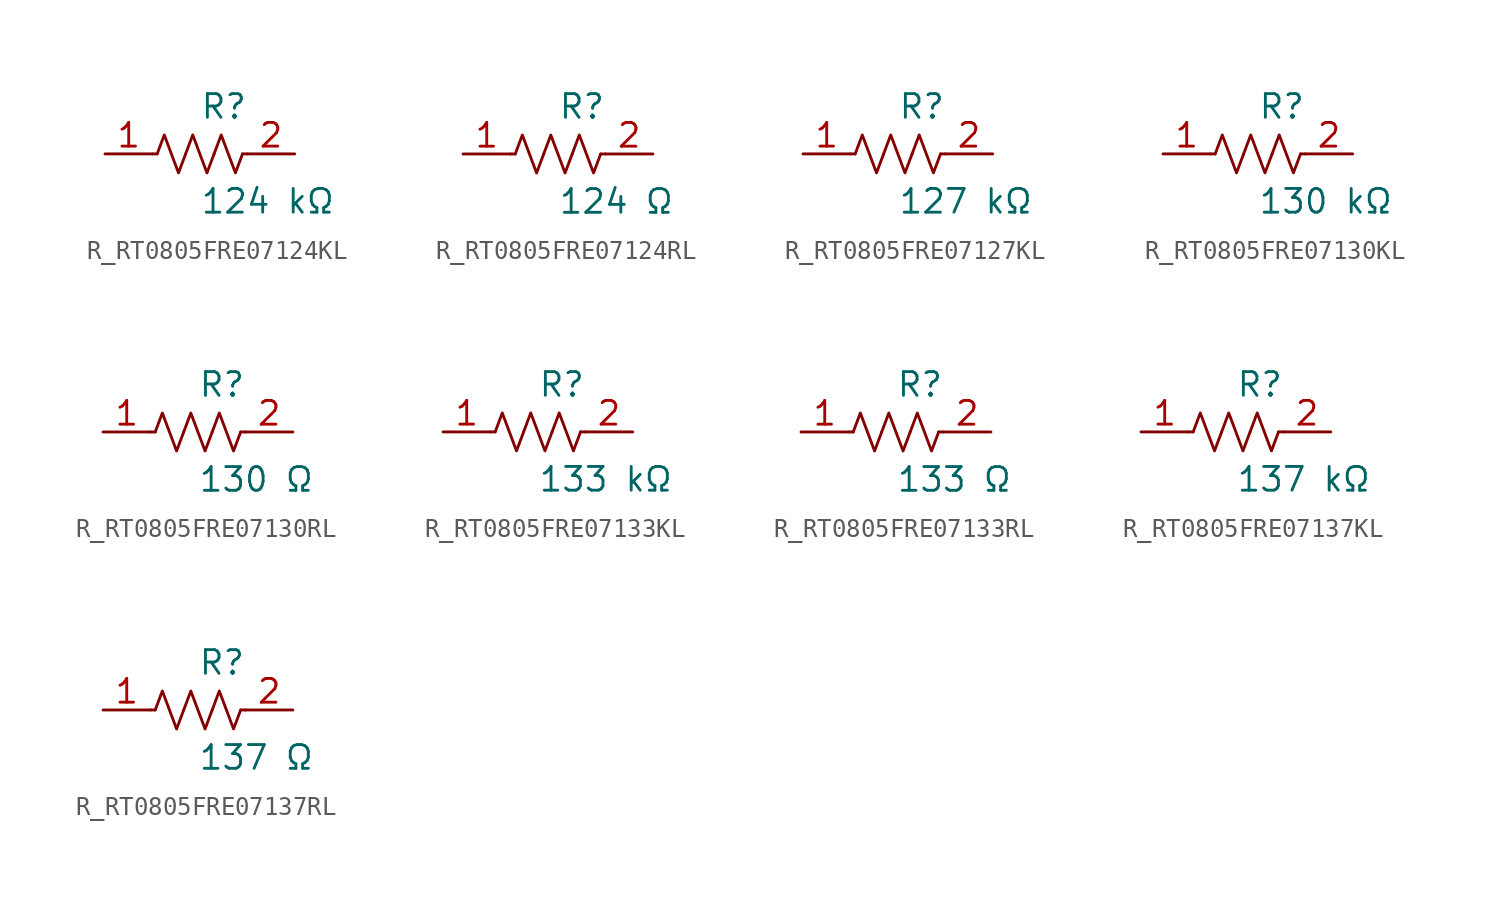
<source format=kicad_sym>
(kicad_symbol_lib
  (version 20231120)
  (generator kicad_symbol_editor)
  (generator_version 8.0)
  (symbol "R_RT0805FRE07124KL"
    (pin_names
      (offset 0.254))
    (property "Reference" "R"
      (at 0 2.54 0)
      (effects (font (size 1.27 1.27)) (justify left)))
    (property "Value" "124 kΩ"
      (at 0 -2.54 0)
      (effects (font (size 1.27 1.27)) (justify left)))
    (symbol "R_RT0805FRE07124KL_0_1"
      (polyline (pts (xy 2.286 0) (xy 2.54 0)) (stroke (width 0) (type default)) (fill (type none)))
      (polyline (pts (xy -2.286 0) (xy -2.54 0)) (stroke (width 0) (type default)) (fill (type none)))
      (polyline (pts (xy 0.762 0) (xy 1.143 1.016) (xy 1.524 0) (xy 1.905 -1.016) (xy 2.286 0)) (stroke (width 0) (type default)) (fill (type none)))
      (polyline (pts (xy -0.762 0) (xy -0.381 1.016) (xy 0 0) (xy 0.381 -1.016) (xy 0.762 0)) (stroke (width 0) (type default)) (fill (type none)))
      (polyline (pts (xy -2.286 0) (xy -1.905 1.016) (xy -1.524 0) (xy -1.143 -1.016) (xy -0.762 0)) (stroke (width 0) (type default)) (fill (type none))))
    (pin passive line
      (at -5.08 0 0)
      (length 2.54)
      (name "" (effects (font (size 1.27 1.27))))
      (number "1" (effects (font (size 1.27 1.27)))))
    (pin passive line
      (at 5.08 0 180)
      (length 2.54)
      (name "" (effects (font (size 1.27 1.27))))
      (number "2" (effects (font (size 1.27 1.27))))))
  (symbol "R_RT0805FRE07124RL"
    (pin_names
      (offset 0.254))
    (property "Reference" "R"
      (at 0 2.54 0)
      (effects (font (size 1.27 1.27)) (justify left)))
    (property "Value" "124 Ω"
      (at 0 -2.54 0)
      (effects (font (size 1.27 1.27)) (justify left)))
    (symbol "R_RT0805FRE07124RL_0_1"
      (polyline (pts (xy 2.286 0) (xy 2.54 0)) (stroke (width 0) (type default)) (fill (type none)))
      (polyline (pts (xy -2.286 0) (xy -2.54 0)) (stroke (width 0) (type default)) (fill (type none)))
      (polyline (pts (xy 0.762 0) (xy 1.143 1.016) (xy 1.524 0) (xy 1.905 -1.016) (xy 2.286 0)) (stroke (width 0) (type default)) (fill (type none)))
      (polyline (pts (xy -0.762 0) (xy -0.381 1.016) (xy 0 0) (xy 0.381 -1.016) (xy 0.762 0)) (stroke (width 0) (type default)) (fill (type none)))
      (polyline (pts (xy -2.286 0) (xy -1.905 1.016) (xy -1.524 0) (xy -1.143 -1.016) (xy -0.762 0)) (stroke (width 0) (type default)) (fill (type none))))
    (pin passive line
      (at -5.08 0 0)
      (length 2.54)
      (name "" (effects (font (size 1.27 1.27))))
      (number "1" (effects (font (size 1.27 1.27)))))
    (pin passive line
      (at 5.08 0 180)
      (length 2.54)
      (name "" (effects (font (size 1.27 1.27))))
      (number "2" (effects (font (size 1.27 1.27))))))
  (symbol "R_RT0805FRE07127KL"
    (pin_names
      (offset 0.254))
    (property "Reference" "R"
      (at 0 2.54 0)
      (effects (font (size 1.27 1.27)) (justify left)))
    (property "Value" "127 kΩ"
      (at 0 -2.54 0)
      (effects (font (size 1.27 1.27)) (justify left)))
    (symbol "R_RT0805FRE07127KL_0_1"
      (polyline (pts (xy 2.286 0) (xy 2.54 0)) (stroke (width 0) (type default)) (fill (type none)))
      (polyline (pts (xy -2.286 0) (xy -2.54 0)) (stroke (width 0) (type default)) (fill (type none)))
      (polyline (pts (xy 0.762 0) (xy 1.143 1.016) (xy 1.524 0) (xy 1.905 -1.016) (xy 2.286 0)) (stroke (width 0) (type default)) (fill (type none)))
      (polyline (pts (xy -0.762 0) (xy -0.381 1.016) (xy 0 0) (xy 0.381 -1.016) (xy 0.762 0)) (stroke (width 0) (type default)) (fill (type none)))
      (polyline (pts (xy -2.286 0) (xy -1.905 1.016) (xy -1.524 0) (xy -1.143 -1.016) (xy -0.762 0)) (stroke (width 0) (type default)) (fill (type none))))
    (pin passive line
      (at -5.08 0 0)
      (length 2.54)
      (name "" (effects (font (size 1.27 1.27))))
      (number "1" (effects (font (size 1.27 1.27)))))
    (pin passive line
      (at 5.08 0 180)
      (length 2.54)
      (name "" (effects (font (size 1.27 1.27))))
      (number "2" (effects (font (size 1.27 1.27))))))
  (symbol "R_RT0805FRE07130KL"
    (pin_names
      (offset 0.254))
    (property "Reference" "R"
      (at 0 2.54 0)
      (effects (font (size 1.27 1.27)) (justify left)))
    (property "Value" "130 kΩ"
      (at 0 -2.54 0)
      (effects (font (size 1.27 1.27)) (justify left)))
    (symbol "R_RT0805FRE07130KL_0_1"
      (polyline (pts (xy 2.286 0) (xy 2.54 0)) (stroke (width 0) (type default)) (fill (type none)))
      (polyline (pts (xy -2.286 0) (xy -2.54 0)) (stroke (width 0) (type default)) (fill (type none)))
      (polyline (pts (xy 0.762 0) (xy 1.143 1.016) (xy 1.524 0) (xy 1.905 -1.016) (xy 2.286 0)) (stroke (width 0) (type default)) (fill (type none)))
      (polyline (pts (xy -0.762 0) (xy -0.381 1.016) (xy 0 0) (xy 0.381 -1.016) (xy 0.762 0)) (stroke (width 0) (type default)) (fill (type none)))
      (polyline (pts (xy -2.286 0) (xy -1.905 1.016) (xy -1.524 0) (xy -1.143 -1.016) (xy -0.762 0)) (stroke (width 0) (type default)) (fill (type none))))
    (pin passive line
      (at -5.08 0 0)
      (length 2.54)
      (name "" (effects (font (size 1.27 1.27))))
      (number "1" (effects (font (size 1.27 1.27)))))
    (pin passive line
      (at 5.08 0 180)
      (length 2.54)
      (name "" (effects (font (size 1.27 1.27))))
      (number "2" (effects (font (size 1.27 1.27))))))
  (symbol "R_RT0805FRE07130RL"
    (pin_names
      (offset 0.254))
    (property "Reference" "R"
      (at 0 2.54 0)
      (effects (font (size 1.27 1.27)) (justify left)))
    (property "Value" "130 Ω"
      (at 0 -2.54 0)
      (effects (font (size 1.27 1.27)) (justify left)))
    (symbol "R_RT0805FRE07130RL_0_1"
      (polyline (pts (xy 2.286 0) (xy 2.54 0)) (stroke (width 0) (type default)) (fill (type none)))
      (polyline (pts (xy -2.286 0) (xy -2.54 0)) (stroke (width 0) (type default)) (fill (type none)))
      (polyline (pts (xy 0.762 0) (xy 1.143 1.016) (xy 1.524 0) (xy 1.905 -1.016) (xy 2.286 0)) (stroke (width 0) (type default)) (fill (type none)))
      (polyline (pts (xy -0.762 0) (xy -0.381 1.016) (xy 0 0) (xy 0.381 -1.016) (xy 0.762 0)) (stroke (width 0) (type default)) (fill (type none)))
      (polyline (pts (xy -2.286 0) (xy -1.905 1.016) (xy -1.524 0) (xy -1.143 -1.016) (xy -0.762 0)) (stroke (width 0) (type default)) (fill (type none))))
    (pin passive line
      (at -5.08 0 0)
      (length 2.54)
      (name "" (effects (font (size 1.27 1.27))))
      (number "1" (effects (font (size 1.27 1.27)))))
    (pin passive line
      (at 5.08 0 180)
      (length 2.54)
      (name "" (effects (font (size 1.27 1.27))))
      (number "2" (effects (font (size 1.27 1.27))))))
  (symbol "R_RT0805FRE07133KL"
    (pin_names
      (offset 0.254))
    (property "Reference" "R"
      (at 0 2.54 0)
      (effects (font (size 1.27 1.27)) (justify left)))
    (property "Value" "133 kΩ"
      (at 0 -2.54 0)
      (effects (font (size 1.27 1.27)) (justify left)))
    (symbol "R_RT0805FRE07133KL_0_1"
      (polyline (pts (xy 2.286 0) (xy 2.54 0)) (stroke (width 0) (type default)) (fill (type none)))
      (polyline (pts (xy -2.286 0) (xy -2.54 0)) (stroke (width 0) (type default)) (fill (type none)))
      (polyline (pts (xy 0.762 0) (xy 1.143 1.016) (xy 1.524 0) (xy 1.905 -1.016) (xy 2.286 0)) (stroke (width 0) (type default)) (fill (type none)))
      (polyline (pts (xy -0.762 0) (xy -0.381 1.016) (xy 0 0) (xy 0.381 -1.016) (xy 0.762 0)) (stroke (width 0) (type default)) (fill (type none)))
      (polyline (pts (xy -2.286 0) (xy -1.905 1.016) (xy -1.524 0) (xy -1.143 -1.016) (xy -0.762 0)) (stroke (width 0) (type default)) (fill (type none))))
    (pin passive line
      (at -5.08 0 0)
      (length 2.54)
      (name "" (effects (font (size 1.27 1.27))))
      (number "1" (effects (font (size 1.27 1.27)))))
    (pin passive line
      (at 5.08 0 180)
      (length 2.54)
      (name "" (effects (font (size 1.27 1.27))))
      (number "2" (effects (font (size 1.27 1.27))))))
  (symbol "R_RT0805FRE07133RL"
    (pin_names
      (offset 0.254))
    (property "Reference" "R"
      (at 0 2.54 0)
      (effects (font (size 1.27 1.27)) (justify left)))
    (property "Value" "133 Ω"
      (at 0 -2.54 0)
      (effects (font (size 1.27 1.27)) (justify left)))
    (symbol "R_RT0805FRE07133RL_0_1"
      (polyline (pts (xy 2.286 0) (xy 2.54 0)) (stroke (width 0) (type default)) (fill (type none)))
      (polyline (pts (xy -2.286 0) (xy -2.54 0)) (stroke (width 0) (type default)) (fill (type none)))
      (polyline (pts (xy 0.762 0) (xy 1.143 1.016) (xy 1.524 0) (xy 1.905 -1.016) (xy 2.286 0)) (stroke (width 0) (type default)) (fill (type none)))
      (polyline (pts (xy -0.762 0) (xy -0.381 1.016) (xy 0 0) (xy 0.381 -1.016) (xy 0.762 0)) (stroke (width 0) (type default)) (fill (type none)))
      (polyline (pts (xy -2.286 0) (xy -1.905 1.016) (xy -1.524 0) (xy -1.143 -1.016) (xy -0.762 0)) (stroke (width 0) (type default)) (fill (type none))))
    (pin passive line
      (at -5.08 0 0)
      (length 2.54)
      (name "" (effects (font (size 1.27 1.27))))
      (number "1" (effects (font (size 1.27 1.27)))))
    (pin passive line
      (at 5.08 0 180)
      (length 2.54)
      (name "" (effects (font (size 1.27 1.27))))
      (number "2" (effects (font (size 1.27 1.27))))))
  (symbol "R_RT0805FRE07137KL"
    (pin_names
      (offset 0.254))
    (property "Reference" "R"
      (at 0 2.54 0)
      (effects (font (size 1.27 1.27)) (justify left)))
    (property "Value" "137 kΩ"
      (at 0 -2.54 0)
      (effects (font (size 1.27 1.27)) (justify left)))
    (symbol "R_RT0805FRE07137KL_0_1"
      (polyline (pts (xy 2.286 0) (xy 2.54 0)) (stroke (width 0) (type default)) (fill (type none)))
      (polyline (pts (xy -2.286 0) (xy -2.54 0)) (stroke (width 0) (type default)) (fill (type none)))
      (polyline (pts (xy 0.762 0) (xy 1.143 1.016) (xy 1.524 0) (xy 1.905 -1.016) (xy 2.286 0)) (stroke (width 0) (type default)) (fill (type none)))
      (polyline (pts (xy -0.762 0) (xy -0.381 1.016) (xy 0 0) (xy 0.381 -1.016) (xy 0.762 0)) (stroke (width 0) (type default)) (fill (type none)))
      (polyline (pts (xy -2.286 0) (xy -1.905 1.016) (xy -1.524 0) (xy -1.143 -1.016) (xy -0.762 0)) (stroke (width 0) (type default)) (fill (type none))))
    (pin passive line
      (at -5.08 0 0)
      (length 2.54)
      (name "" (effects (font (size 1.27 1.27))))
      (number "1" (effects (font (size 1.27 1.27)))))
    (pin passive line
      (at 5.08 0 180)
      (length 2.54)
      (name "" (effects (font (size 1.27 1.27))))
      (number "2" (effects (font (size 1.27 1.27))))))
  (symbol "R_RT0805FRE07137RL"
    (pin_names
      (offset 0.254))
    (property "Reference" "R"
      (at 0 2.54 0)
      (effects (font (size 1.27 1.27)) (justify left)))
    (property "Value" "137 Ω"
      (at 0 -2.54 0)
      (effects (font (size 1.27 1.27)) (justify left)))
    (symbol "R_RT0805FRE07137RL_0_1"
      (polyline (pts (xy 2.286 0) (xy 2.54 0)) (stroke (width 0) (type default)) (fill (type none)))
      (polyline (pts (xy -2.286 0) (xy -2.54 0)) (stroke (width 0) (type default)) (fill (type none)))
      (polyline (pts (xy 0.762 0) (xy 1.143 1.016) (xy 1.524 0) (xy 1.905 -1.016) (xy 2.286 0)) (stroke (width 0) (type default)) (fill (type none)))
      (polyline (pts (xy -0.762 0) (xy -0.381 1.016) (xy 0 0) (xy 0.381 -1.016) (xy 0.762 0)) (stroke (width 0) (type default)) (fill (type none)))
      (polyline (pts (xy -2.286 0) (xy -1.905 1.016) (xy -1.524 0) (xy -1.143 -1.016) (xy -0.762 0)) (stroke (width 0) (type default)) (fill (type none))))
    (pin passive line
      (at -5.08 0 0)
      (length 2.54)
      (name "" (effects (font (size 1.27 1.27))))
      (number "1" (effects (font (size 1.27 1.27)))))
    (pin passive line
      (at 5.08 0 180)
      (length 2.54)
      (name "" (effects (font (size 1.27 1.27))))
      (number "2" (effects (font (size 1.27 1.27)))))))
</source>
